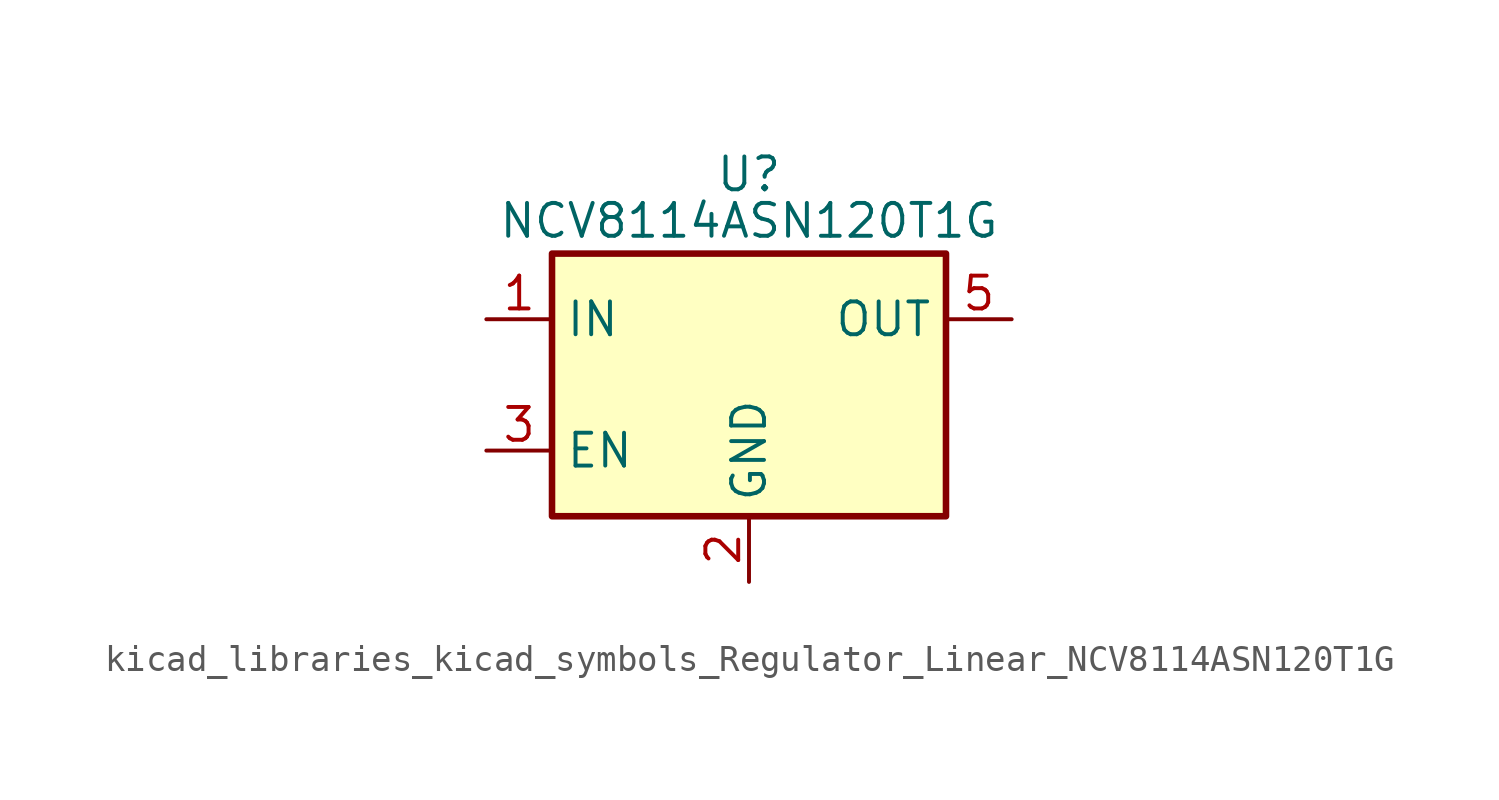
<source format=kicad_sym>
(kicad_symbol_lib
  (version 20220914)
  (generator kicad_symbol_editor)
  (symbol "kicad_libraries_kicad_symbols_Regulator_Linear_NCV8114ASN120T1G"
    (property "Reference" "U"
      (at 0 8.89 0)
      (effects (font (size 1.27 1.27)) (justify top)))
    (property "Value" "NCV8114ASN120T1G"
      (at 0 6.35 0)
      (effects (font (size 1.27 1.27))))
    (symbol "kicad_libraries_kicad_symbols_Regulator_Linear_NCV8114ASN120T1G_0_1"
      (rectangle (start -7.62 5.08) (end 7.62 -5.08) (stroke (width 0.254) (type default)) (fill (type background))))
    (symbol "kicad_libraries_kicad_symbols_Regulator_Linear_NCV8114ASN120T1G_1_1"
      (pin power_in line (at -10.16 2.54 0) (length 2.54) (name "IN" (effects (font (size 1.27 1.27)))) (number "1" (effects (font (size 1.27 1.27)))))
      (pin power_in line (at 0 -7.62 90) (length 2.54) (name "GND" (effects (font (size 1.27 1.27)))) (number "2" (effects (font (size 1.27 1.27)))))
      (pin input line (at -10.16 -2.54 0) (length 2.54) (name "EN" (effects (font (size 1.27 1.27)))) (number "3" (effects (font (size 1.27 1.27)))))
      (pin no_connect line (at 7.62 -2.54 180) (length 2.54) hide (name "NC" (effects (font (size 1.27 1.27)))) (number "4" (effects (font (size 1.27 1.27)))))
      (pin power_out line (at 10.16 2.54 180) (length 2.54) (name "OUT" (effects (font (size 1.27 1.27)))) (number "5" (effects (font (size 1.27 1.27))))))))
</source>
